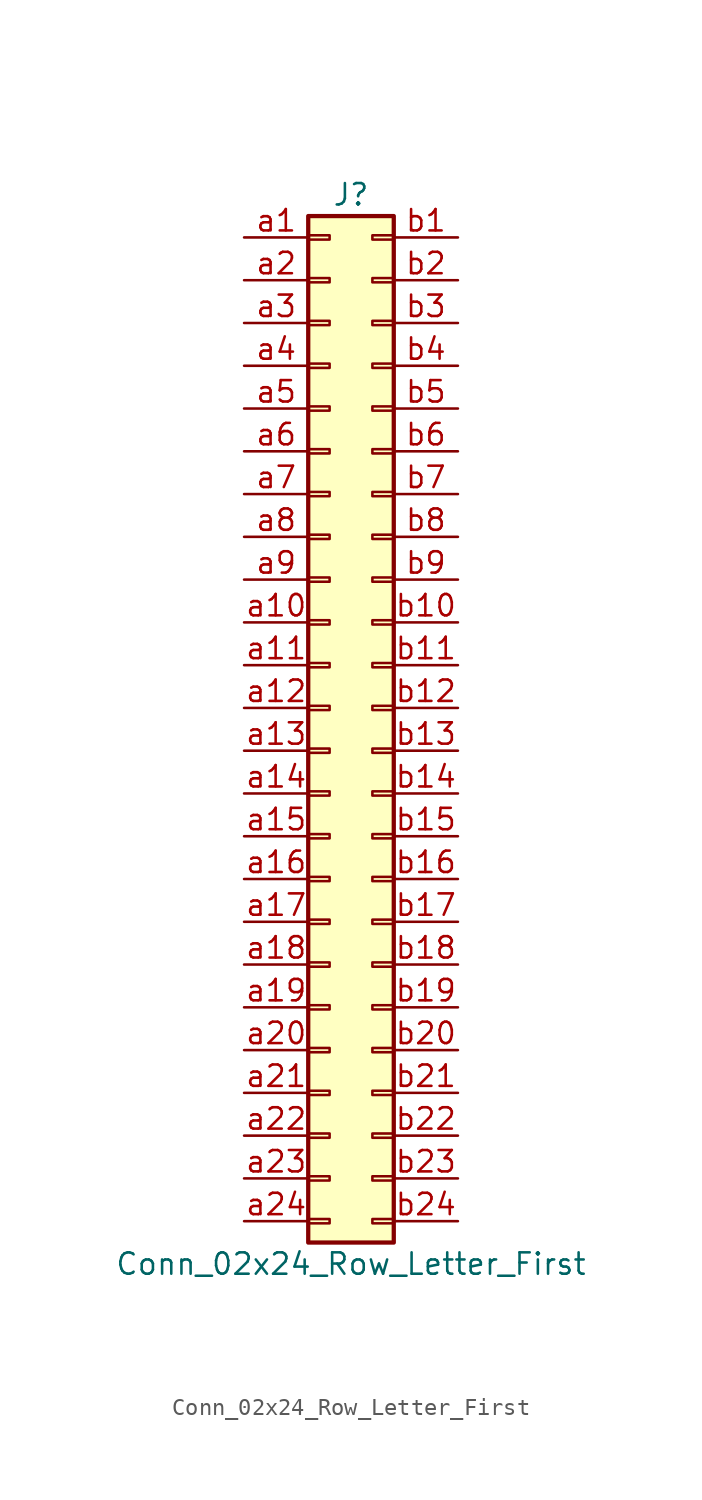
<source format=kicad_sym>
(kicad_symbol_lib
  (version 20211014)
  (generator kicad_symbol_editor)
  (symbol "Conn_02x24_Row_Letter_First"
    (pin_names
      (offset 1.016) hide)
    (property "Reference" "J"
      (at 1.27 30.48 0)
      (effects (font (size 1.27 1.27))))
    (property "Value" "Conn_02x24_Row_Letter_First"
      (at 1.27 -33.02 0)
      (effects (font (size 1.27 1.27))))
    (symbol "Conn_02x24_Row_Letter_First_1_1"
      (rectangle (start -1.27 -30.353) (end 0 -30.607) (stroke (width 0.152) (type default) (color 0 0 0 0)) (fill (type none)))
      (rectangle (start -1.27 -27.813) (end 0 -28.067) (stroke (width 0.152) (type default) (color 0 0 0 0)) (fill (type none)))
      (rectangle (start -1.27 -25.273) (end 0 -25.527) (stroke (width 0.152) (type default) (color 0 0 0 0)) (fill (type none)))
      (rectangle (start -1.27 -22.733) (end 0 -22.987) (stroke (width 0.152) (type default) (color 0 0 0 0)) (fill (type none)))
      (rectangle (start -1.27 -20.193) (end 0 -20.447) (stroke (width 0.152) (type default) (color 0 0 0 0)) (fill (type none)))
      (rectangle (start -1.27 -17.653) (end 0 -17.907) (stroke (width 0.152) (type default) (color 0 0 0 0)) (fill (type none)))
      (rectangle (start -1.27 -15.113) (end 0 -15.367) (stroke (width 0.152) (type default) (color 0 0 0 0)) (fill (type none)))
      (rectangle (start -1.27 -12.573) (end 0 -12.827) (stroke (width 0.152) (type default) (color 0 0 0 0)) (fill (type none)))
      (rectangle (start -1.27 -10.033) (end 0 -10.287) (stroke (width 0.152) (type default) (color 0 0 0 0)) (fill (type none)))
      (rectangle (start -1.27 -7.493) (end 0 -7.747) (stroke (width 0.152) (type default) (color 0 0 0 0)) (fill (type none)))
      (rectangle (start -1.27 -4.953) (end 0 -5.207) (stroke (width 0.152) (type default) (color 0 0 0 0)) (fill (type none)))
      (rectangle (start -1.27 -2.413) (end 0 -2.667) (stroke (width 0.152) (type default) (color 0 0 0 0)) (fill (type none)))
      (rectangle (start -1.27 0.127) (end 0 -0.127) (stroke (width 0.152) (type default) (color 0 0 0 0)) (fill (type none)))
      (rectangle (start -1.27 2.667) (end 0 2.413) (stroke (width 0.152) (type default) (color 0 0 0 0)) (fill (type none)))
      (rectangle (start -1.27 5.207) (end 0 4.953) (stroke (width 0.152) (type default) (color 0 0 0 0)) (fill (type none)))
      (rectangle (start -1.27 7.747) (end 0 7.493) (stroke (width 0.152) (type default) (color 0 0 0 0)) (fill (type none)))
      (rectangle (start -1.27 10.287) (end 0 10.033) (stroke (width 0.152) (type default) (color 0 0 0 0)) (fill (type none)))
      (rectangle (start -1.27 12.827) (end 0 12.573) (stroke (width 0.152) (type default) (color 0 0 0 0)) (fill (type none)))
      (rectangle (start -1.27 15.367) (end 0 15.113) (stroke (width 0.152) (type default) (color 0 0 0 0)) (fill (type none)))
      (rectangle (start -1.27 17.907) (end 0 17.653) (stroke (width 0.152) (type default) (color 0 0 0 0)) (fill (type none)))
      (rectangle (start -1.27 20.447) (end 0 20.193) (stroke (width 0.152) (type default) (color 0 0 0 0)) (fill (type none)))
      (rectangle (start -1.27 22.987) (end 0 22.733) (stroke (width 0.152) (type default) (color 0 0 0 0)) (fill (type none)))
      (rectangle (start -1.27 25.527) (end 0 25.273) (stroke (width 0.152) (type default) (color 0 0 0 0)) (fill (type none)))
      (rectangle (start -1.27 28.067) (end 0 27.813) (stroke (width 0.152) (type default) (color 0 0 0 0)) (fill (type none)))
      (rectangle (start -1.27 29.21) (end 3.81 -31.75) (stroke (width 0.254) (type default) (color 0 0 0 0)) (fill (type background)))
      (rectangle (start 3.81 -30.353) (end 2.54 -30.607) (stroke (width 0.152) (type default) (color 0 0 0 0)) (fill (type none)))
      (rectangle (start 3.81 -27.813) (end 2.54 -28.067) (stroke (width 0.152) (type default) (color 0 0 0 0)) (fill (type none)))
      (rectangle (start 3.81 -25.273) (end 2.54 -25.527) (stroke (width 0.152) (type default) (color 0 0 0 0)) (fill (type none)))
      (rectangle (start 3.81 -22.733) (end 2.54 -22.987) (stroke (width 0.152) (type default) (color 0 0 0 0)) (fill (type none)))
      (rectangle (start 3.81 -20.193) (end 2.54 -20.447) (stroke (width 0.152) (type default) (color 0 0 0 0)) (fill (type none)))
      (rectangle (start 3.81 -17.653) (end 2.54 -17.907) (stroke (width 0.152) (type default) (color 0 0 0 0)) (fill (type none)))
      (rectangle (start 3.81 -15.113) (end 2.54 -15.367) (stroke (width 0.152) (type default) (color 0 0 0 0)) (fill (type none)))
      (rectangle (start 3.81 -12.573) (end 2.54 -12.827) (stroke (width 0.152) (type default) (color 0 0 0 0)) (fill (type none)))
      (rectangle (start 3.81 -10.033) (end 2.54 -10.287) (stroke (width 0.152) (type default) (color 0 0 0 0)) (fill (type none)))
      (rectangle (start 3.81 -7.493) (end 2.54 -7.747) (stroke (width 0.152) (type default) (color 0 0 0 0)) (fill (type none)))
      (rectangle (start 3.81 -4.953) (end 2.54 -5.207) (stroke (width 0.152) (type default) (color 0 0 0 0)) (fill (type none)))
      (rectangle (start 3.81 -2.413) (end 2.54 -2.667) (stroke (width 0.152) (type default) (color 0 0 0 0)) (fill (type none)))
      (rectangle (start 3.81 0.127) (end 2.54 -0.127) (stroke (width 0.152) (type default) (color 0 0 0 0)) (fill (type none)))
      (rectangle (start 3.81 2.667) (end 2.54 2.413) (stroke (width 0.152) (type default) (color 0 0 0 0)) (fill (type none)))
      (rectangle (start 3.81 5.207) (end 2.54 4.953) (stroke (width 0.152) (type default) (color 0 0 0 0)) (fill (type none)))
      (rectangle (start 3.81 7.747) (end 2.54 7.493) (stroke (width 0.152) (type default) (color 0 0 0 0)) (fill (type none)))
      (rectangle (start 3.81 10.287) (end 2.54 10.033) (stroke (width 0.152) (type default) (color 0 0 0 0)) (fill (type none)))
      (rectangle (start 3.81 12.827) (end 2.54 12.573) (stroke (width 0.152) (type default) (color 0 0 0 0)) (fill (type none)))
      (rectangle (start 3.81 15.367) (end 2.54 15.113) (stroke (width 0.152) (type default) (color 0 0 0 0)) (fill (type none)))
      (rectangle (start 3.81 17.907) (end 2.54 17.653) (stroke (width 0.152) (type default) (color 0 0 0 0)) (fill (type none)))
      (rectangle (start 3.81 20.447) (end 2.54 20.193) (stroke (width 0.152) (type default) (color 0 0 0 0)) (fill (type none)))
      (rectangle (start 3.81 22.987) (end 2.54 22.733) (stroke (width 0.152) (type default) (color 0 0 0 0)) (fill (type none)))
      (rectangle (start 3.81 25.527) (end 2.54 25.273) (stroke (width 0.152) (type default) (color 0 0 0 0)) (fill (type none)))
      (rectangle (start 3.81 28.067) (end 2.54 27.813) (stroke (width 0.152) (type default) (color 0 0 0 0)) (fill (type none)))
      (pin passive line (at -5.08 27.94 0) (length 3.81) (name "Pin_a1" (effects (font (size 1.27 1.27)))) (number "a1" (effects (font (size 1.27 1.27)))))
      (pin passive line (at -5.08 5.08 0) (length 3.81) (name "Pin_a10" (effects (font (size 1.27 1.27)))) (number "a10" (effects (font (size 1.27 1.27)))))
      (pin passive line (at -5.08 2.54 0) (length 3.81) (name "Pin_a11" (effects (font (size 1.27 1.27)))) (number "a11" (effects (font (size 1.27 1.27)))))
      (pin passive line (at -5.08 0 0) (length 3.81) (name "Pin_a12" (effects (font (size 1.27 1.27)))) (number "a12" (effects (font (size 1.27 1.27)))))
      (pin passive line (at -5.08 -2.54 0) (length 3.81) (name "Pin_a13" (effects (font (size 1.27 1.27)))) (number "a13" (effects (font (size 1.27 1.27)))))
      (pin passive line (at -5.08 -5.08 0) (length 3.81) (name "Pin_a14" (effects (font (size 1.27 1.27)))) (number "a14" (effects (font (size 1.27 1.27)))))
      (pin passive line (at -5.08 -7.62 0) (length 3.81) (name "Pin_a15" (effects (font (size 1.27 1.27)))) (number "a15" (effects (font (size 1.27 1.27)))))
      (pin passive line (at -5.08 -10.16 0) (length 3.81) (name "Pin_a16" (effects (font (size 1.27 1.27)))) (number "a16" (effects (font (size 1.27 1.27)))))
      (pin passive line (at -5.08 -12.7 0) (length 3.81) (name "Pin_a17" (effects (font (size 1.27 1.27)))) (number "a17" (effects (font (size 1.27 1.27)))))
      (pin passive line (at -5.08 -15.24 0) (length 3.81) (name "Pin_a18" (effects (font (size 1.27 1.27)))) (number "a18" (effects (font (size 1.27 1.27)))))
      (pin passive line (at -5.08 -17.78 0) (length 3.81) (name "Pin_a19" (effects (font (size 1.27 1.27)))) (number "a19" (effects (font (size 1.27 1.27)))))
      (pin passive line (at -5.08 25.4 0) (length 3.81) (name "Pin_a2" (effects (font (size 1.27 1.27)))) (number "a2" (effects (font (size 1.27 1.27)))))
      (pin passive line (at -5.08 -20.32 0) (length 3.81) (name "Pin_a20" (effects (font (size 1.27 1.27)))) (number "a20" (effects (font (size 1.27 1.27)))))
      (pin passive line (at -5.08 -22.86 0) (length 3.81) (name "Pin_a21" (effects (font (size 1.27 1.27)))) (number "a21" (effects (font (size 1.27 1.27)))))
      (pin passive line (at -5.08 -25.4 0) (length 3.81) (name "Pin_a22" (effects (font (size 1.27 1.27)))) (number "a22" (effects (font (size 1.27 1.27)))))
      (pin passive line (at -5.08 -27.94 0) (length 3.81) (name "Pin_a23" (effects (font (size 1.27 1.27)))) (number "a23" (effects (font (size 1.27 1.27)))))
      (pin passive line (at -5.08 -30.48 0) (length 3.81) (name "Pin_a24" (effects (font (size 1.27 1.27)))) (number "a24" (effects (font (size 1.27 1.27)))))
      (pin passive line (at -5.08 22.86 0) (length 3.81) (name "Pin_a3" (effects (font (size 1.27 1.27)))) (number "a3" (effects (font (size 1.27 1.27)))))
      (pin passive line (at -5.08 20.32 0) (length 3.81) (name "Pin_a4" (effects (font (size 1.27 1.27)))) (number "a4" (effects (font (size 1.27 1.27)))))
      (pin passive line (at -5.08 17.78 0) (length 3.81) (name "Pin_a5" (effects (font (size 1.27 1.27)))) (number "a5" (effects (font (size 1.27 1.27)))))
      (pin passive line (at -5.08 15.24 0) (length 3.81) (name "Pin_a6" (effects (font (size 1.27 1.27)))) (number "a6" (effects (font (size 1.27 1.27)))))
      (pin passive line (at -5.08 12.7 0) (length 3.81) (name "Pin_a7" (effects (font (size 1.27 1.27)))) (number "a7" (effects (font (size 1.27 1.27)))))
      (pin passive line (at -5.08 10.16 0) (length 3.81) (name "Pin_a8" (effects (font (size 1.27 1.27)))) (number "a8" (effects (font (size 1.27 1.27)))))
      (pin passive line (at -5.08 7.62 0) (length 3.81) (name "Pin_a9" (effects (font (size 1.27 1.27)))) (number "a9" (effects (font (size 1.27 1.27)))))
      (pin passive line (at 7.62 27.94 180) (length 3.81) (name "Pin_b1" (effects (font (size 1.27 1.27)))) (number "b1" (effects (font (size 1.27 1.27)))))
      (pin passive line (at 7.62 5.08 180) (length 3.81) (name "Pin_b10" (effects (font (size 1.27 1.27)))) (number "b10" (effects (font (size 1.27 1.27)))))
      (pin passive line (at 7.62 2.54 180) (length 3.81) (name "Pin_b11" (effects (font (size 1.27 1.27)))) (number "b11" (effects (font (size 1.27 1.27)))))
      (pin passive line (at 7.62 0 180) (length 3.81) (name "Pin_b12" (effects (font (size 1.27 1.27)))) (number "b12" (effects (font (size 1.27 1.27)))))
      (pin passive line (at 7.62 -2.54 180) (length 3.81) (name "Pin_b13" (effects (font (size 1.27 1.27)))) (number "b13" (effects (font (size 1.27 1.27)))))
      (pin passive line (at 7.62 -5.08 180) (length 3.81) (name "Pin_b14" (effects (font (size 1.27 1.27)))) (number "b14" (effects (font (size 1.27 1.27)))))
      (pin passive line (at 7.62 -7.62 180) (length 3.81) (name "Pin_b15" (effects (font (size 1.27 1.27)))) (number "b15" (effects (font (size 1.27 1.27)))))
      (pin passive line (at 7.62 -10.16 180) (length 3.81) (name "Pin_b16" (effects (font (size 1.27 1.27)))) (number "b16" (effects (font (size 1.27 1.27)))))
      (pin passive line (at 7.62 -12.7 180) (length 3.81) (name "Pin_b17" (effects (font (size 1.27 1.27)))) (number "b17" (effects (font (size 1.27 1.27)))))
      (pin passive line (at 7.62 -15.24 180) (length 3.81) (name "Pin_b18" (effects (font (size 1.27 1.27)))) (number "b18" (effects (font (size 1.27 1.27)))))
      (pin passive line (at 7.62 -17.78 180) (length 3.81) (name "Pin_b19" (effects (font (size 1.27 1.27)))) (number "b19" (effects (font (size 1.27 1.27)))))
      (pin passive line (at 7.62 25.4 180) (length 3.81) (name "Pin_b2" (effects (font (size 1.27 1.27)))) (number "b2" (effects (font (size 1.27 1.27)))))
      (pin passive line (at 7.62 -20.32 180) (length 3.81) (name "Pin_b20" (effects (font (size 1.27 1.27)))) (number "b20" (effects (font (size 1.27 1.27)))))
      (pin passive line (at 7.62 -22.86 180) (length 3.81) (name "Pin_b21" (effects (font (size 1.27 1.27)))) (number "b21" (effects (font (size 1.27 1.27)))))
      (pin passive line (at 7.62 -25.4 180) (length 3.81) (name "Pin_b22" (effects (font (size 1.27 1.27)))) (number "b22" (effects (font (size 1.27 1.27)))))
      (pin passive line (at 7.62 -27.94 180) (length 3.81) (name "Pin_b23" (effects (font (size 1.27 1.27)))) (number "b23" (effects (font (size 1.27 1.27)))))
      (pin passive line (at 7.62 -30.48 180) (length 3.81) (name "Pin_b24" (effects (font (size 1.27 1.27)))) (number "b24" (effects (font (size 1.27 1.27)))))
      (pin passive line (at 7.62 22.86 180) (length 3.81) (name "Pin_b3" (effects (font (size 1.27 1.27)))) (number "b3" (effects (font (size 1.27 1.27)))))
      (pin passive line (at 7.62 20.32 180) (length 3.81) (name "Pin_b4" (effects (font (size 1.27 1.27)))) (number "b4" (effects (font (size 1.27 1.27)))))
      (pin passive line (at 7.62 17.78 180) (length 3.81) (name "Pin_b5" (effects (font (size 1.27 1.27)))) (number "b5" (effects (font (size 1.27 1.27)))))
      (pin passive line (at 7.62 15.24 180) (length 3.81) (name "Pin_b6" (effects (font (size 1.27 1.27)))) (number "b6" (effects (font (size 1.27 1.27)))))
      (pin passive line (at 7.62 12.7 180) (length 3.81) (name "Pin_b7" (effects (font (size 1.27 1.27)))) (number "b7" (effects (font (size 1.27 1.27)))))
      (pin passive line (at 7.62 10.16 180) (length 3.81) (name "Pin_b8" (effects (font (size 1.27 1.27)))) (number "b8" (effects (font (size 1.27 1.27)))))
      (pin passive line (at 7.62 7.62 180) (length 3.81) (name "Pin_b9" (effects (font (size 1.27 1.27)))) (number "b9" (effects (font (size 1.27 1.27))))))))
</source>
